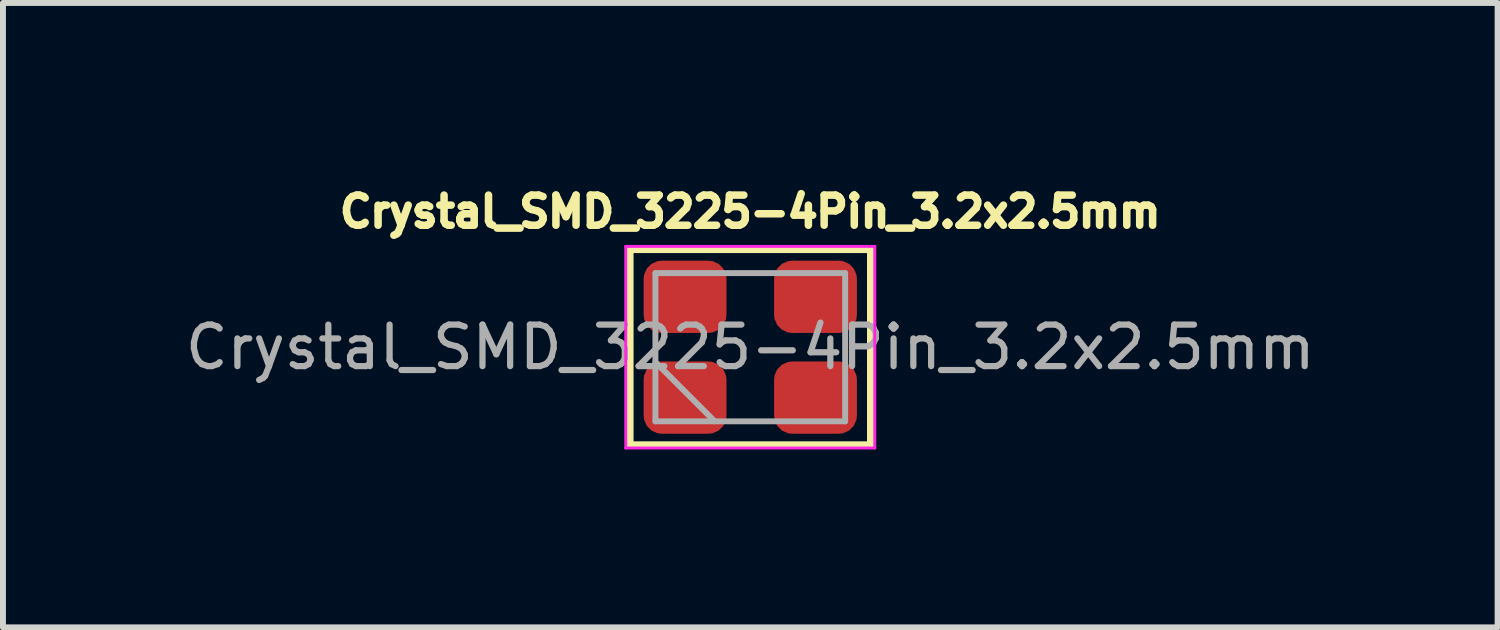
<source format=kicad_pcb>
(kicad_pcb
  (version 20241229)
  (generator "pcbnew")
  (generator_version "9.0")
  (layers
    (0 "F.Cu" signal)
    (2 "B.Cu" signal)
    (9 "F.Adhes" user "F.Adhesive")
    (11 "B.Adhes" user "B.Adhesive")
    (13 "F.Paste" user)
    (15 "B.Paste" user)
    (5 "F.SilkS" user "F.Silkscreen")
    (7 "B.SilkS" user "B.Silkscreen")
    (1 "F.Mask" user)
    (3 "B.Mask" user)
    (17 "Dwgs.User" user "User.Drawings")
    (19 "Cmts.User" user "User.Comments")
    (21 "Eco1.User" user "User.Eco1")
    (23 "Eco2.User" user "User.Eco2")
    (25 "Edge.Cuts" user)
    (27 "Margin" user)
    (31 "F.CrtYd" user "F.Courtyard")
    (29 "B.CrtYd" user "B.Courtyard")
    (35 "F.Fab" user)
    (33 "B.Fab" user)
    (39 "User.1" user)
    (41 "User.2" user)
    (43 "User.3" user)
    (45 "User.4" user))
  (footprint "Crystal_SMD_3225-4Pin_3.2x2.5mm"
    (layer "F.Cu")
    (at 9.604 2.806)
    (property "Reference" "Crystal_SMD_3225-4Pin_3.2x2.5mm" (at 0 -2.286 0) (layer "F.SilkS") (effects (font (size 0.508 0.508) (thickness 0.127) (bold yes))))
    (attr smd)
    (fp_rect (start -2.032 -1.651) (end 2.032 1.651) (stroke (width 0.127) (type default)) (fill no) (layer "F.SilkS"))
    (fp_line (start -2.1 -1.7) (end -2.1 1.7) (stroke (width 0.05) (type solid)) (layer "F.CrtYd"))
    (fp_line (start -2.1 1.7) (end 2.1 1.7) (stroke (width 0.05) (type solid)) (layer "F.CrtYd"))
    (fp_line (start 2.1 -1.7) (end -2.1 -1.7) (stroke (width 0.05) (type solid)) (layer "F.CrtYd"))
    (fp_line (start 2.1 1.7) (end 2.1 -1.7) (stroke (width 0.05) (type solid)) (layer "F.CrtYd"))
    (fp_line (start -1.6 -1.25) (end -1.6 1.25) (stroke (width 0.1) (type solid)) (layer "F.Fab"))
    (fp_line (start -1.6 0.25) (end -0.6 1.25) (stroke (width 0.1) (type solid)) (layer "F.Fab"))
    (fp_line (start -1.6 1.25) (end 1.6 1.25) (stroke (width 0.1) (type solid)) (layer "F.Fab"))
    (fp_line (start 1.6 -1.25) (end -1.6 -1.25) (stroke (width 0.1) (type solid)) (layer "F.Fab"))
    (fp_line (start 1.6 1.25) (end 1.6 -1.25) (stroke (width 0.1) (type solid)) (layer "F.Fab"))
    (fp_text user "${REFERENCE}" (at 0 0 0) (layer "F.Fab") (effects (font (size 0.7 0.7) (thickness 0.105))))
    (pad "1" smd roundrect (at -1.1 0.85) (size 1.397 1.219) (layers "F.Cu" "F.Mask" "F.Paste") (roundrect_rratio 0.25))
    (pad "2" smd roundrect (at 1.1 0.85) (size 1.397 1.219) (layers "F.Cu" "F.Mask" "F.Paste") (roundrect_rratio 0.25))
    (pad "3" smd roundrect (at 1.1 -0.85) (size 1.397 1.219) (layers "F.Cu" "F.Mask" "F.Paste") (roundrect_rratio 0.25))
    (pad "4" smd roundrect (at -1.1 -0.85) (size 1.397 1.219) (layers "F.Cu" "F.Mask" "F.Paste") (roundrect_rratio 0.25)))
  (gr_rect
    (start -3 -3)
    (end 22.208 7.531)
    (stroke (width 0.1) (type default))
    (fill no)
    (layer "Edge.Cuts")))
</source>
